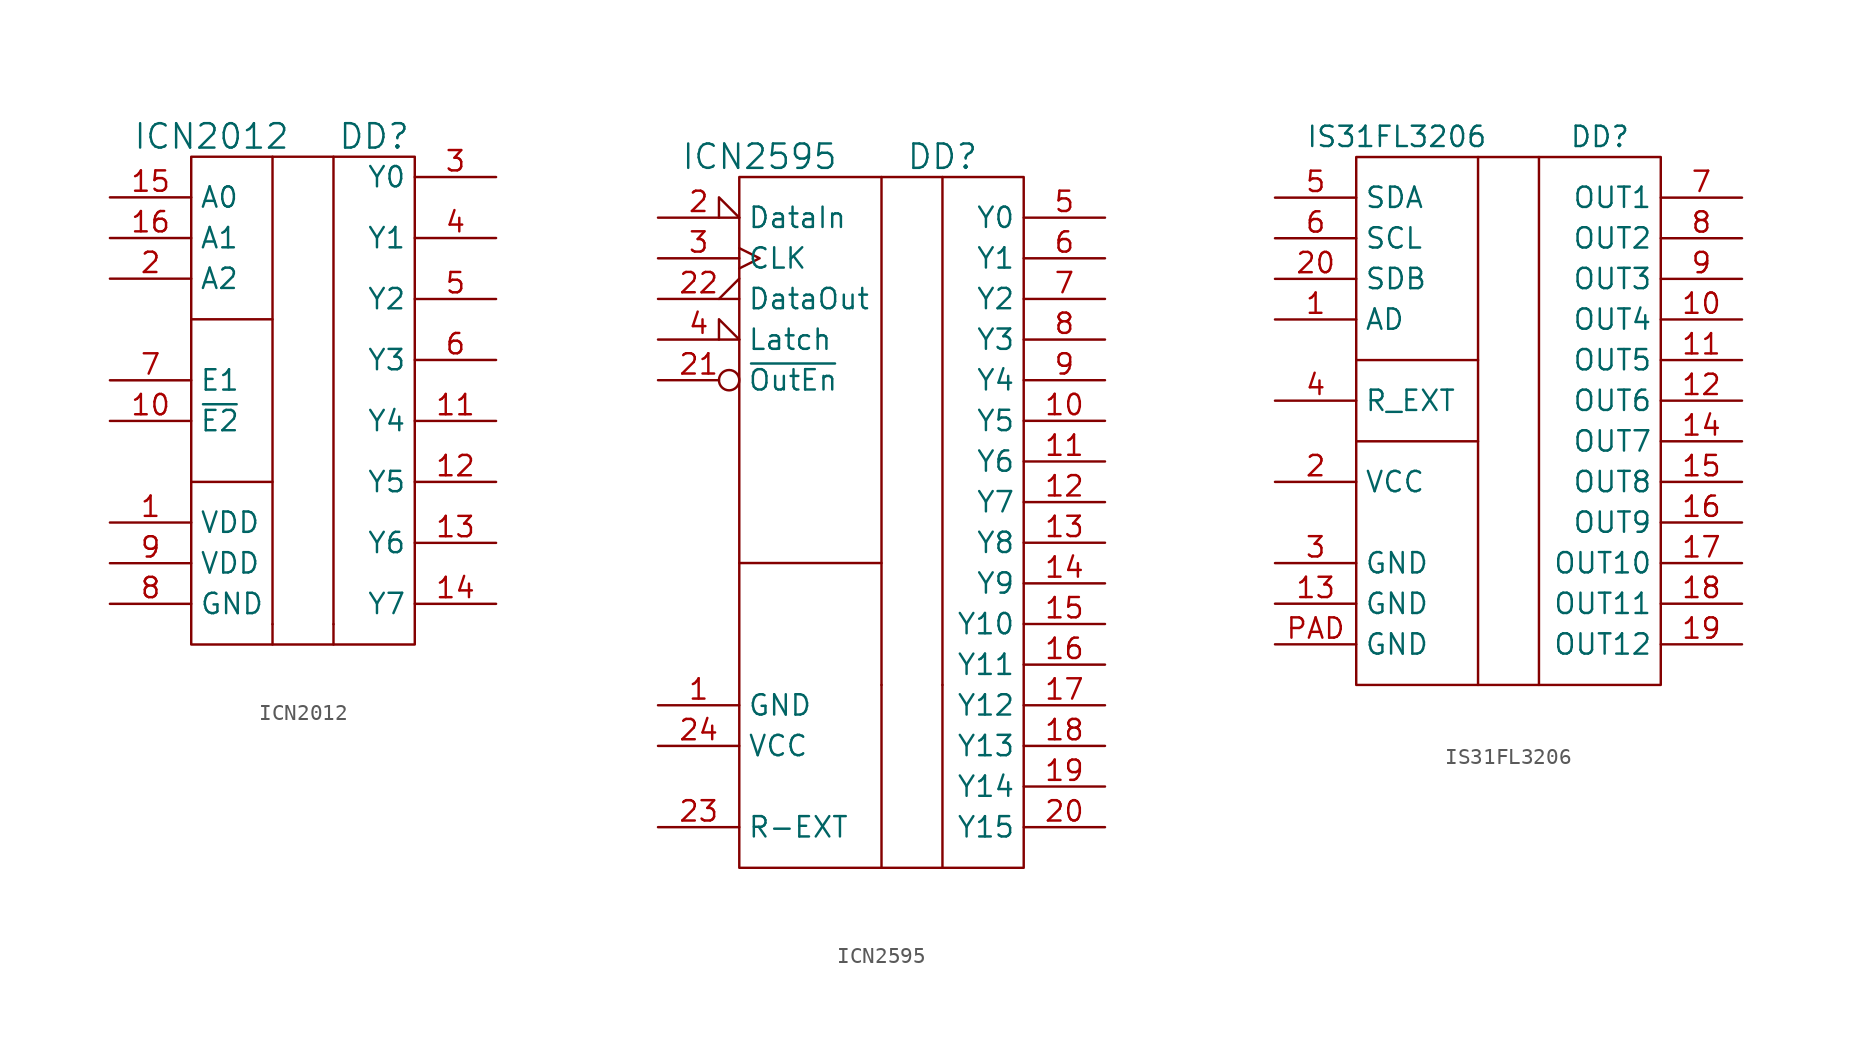
<source format=kicad_sym>
(kicad_symbol_lib
  (version 20231120)
  (generator "kicad_symbol_editor")
  (generator_version "8.0")
  (symbol "ICN2012"
    (property "Reference" "DD"
      (at 5.08 16.51 0)
      (effects (font (size 1.524 1.524))))
    (property "Value" "ICN2012"
      (at -5.08 16.51 0)
      (effects (font (size 1.524 1.524))))
    (property "Datasheet" ""
      (at 0 0 0)
      (effects (font (size 1.524 1.524))))
    (symbol "ICN2012_0_1"
      (rectangle (start -6.35 15.24) (end 7.62 -15.24) (stroke (width 0) (type default)) (fill (type none)))
      (polyline (pts (xy -1.27 -13.97) (xy -1.27 -15.24)) (stroke (width 0) (type default)) (fill (type none)))
      (polyline (pts (xy 2.54 -13.97) (xy 2.54 -15.24)) (stroke (width 0) (type default)) (fill (type none)))
      (polyline (pts (xy -6.35 -5.08) (xy -1.27 -5.08) (xy -1.27 -5.08)) (stroke (width 0) (type default)) (fill (type none)))
      (polyline (pts (xy -6.35 5.08) (xy -1.27 5.08) (xy -1.27 5.08)) (stroke (width 0) (type default)) (fill (type none)))
      (polyline (pts (xy -1.27 15.24) (xy -1.27 -13.97) (xy -1.27 -13.97)) (stroke (width 0) (type default)) (fill (type none)))
      (polyline (pts (xy 2.54 15.24) (xy 2.54 -13.97) (xy 2.54 -13.97)) (stroke (width 0) (type default)) (fill (type none))))
    (symbol "ICN2012_1_1"
      (pin power_in line (at -11.43 -7.62 0) (length 5.08) (name "VDD" (effects (font (size 1.27 1.27)))) (number "1" (effects (font (size 1.27 1.27)))))
      (pin passive line (at -11.43 -1.27 0) (length 5.08) (name "~{E2}" (effects (font (size 1.27 1.27)))) (number "10" (effects (font (size 1.27 1.27)))))
      (pin passive line (at 12.7 -1.27 180) (length 5.08) (name "Y4" (effects (font (size 1.27 1.27)))) (number "11" (effects (font (size 1.27 1.27)))))
      (pin passive line (at 12.7 -5.08 180) (length 5.08) (name "Y5" (effects (font (size 1.27 1.27)))) (number "12" (effects (font (size 1.27 1.27)))))
      (pin passive line (at 12.7 -8.89 180) (length 5.08) (name "Y6" (effects (font (size 1.27 1.27)))) (number "13" (effects (font (size 1.27 1.27)))))
      (pin passive line (at 12.7 -12.7 180) (length 5.08) (name "Y7" (effects (font (size 1.27 1.27)))) (number "14" (effects (font (size 1.27 1.27)))))
      (pin passive line (at -11.43 12.7 0) (length 5.08) (name "A0" (effects (font (size 1.27 1.27)))) (number "15" (effects (font (size 1.27 1.27)))))
      (pin passive line (at -11.43 10.16 0) (length 5.08) (name "A1" (effects (font (size 1.27 1.27)))) (number "16" (effects (font (size 1.27 1.27)))))
      (pin passive line (at -11.43 7.62 0) (length 5.08) (name "A2" (effects (font (size 1.27 1.27)))) (number "2" (effects (font (size 1.27 1.27)))))
      (pin passive line (at 12.7 13.97 180) (length 5.08) (name "Y0" (effects (font (size 1.27 1.27)))) (number "3" (effects (font (size 1.27 1.27)))))
      (pin passive line (at 12.7 10.16 180) (length 5.08) (name "Y1" (effects (font (size 1.27 1.27)))) (number "4" (effects (font (size 1.27 1.27)))))
      (pin passive line (at 12.7 6.35 180) (length 5.08) (name "Y2" (effects (font (size 1.27 1.27)))) (number "5" (effects (font (size 1.27 1.27)))))
      (pin passive line (at 12.7 2.54 180) (length 5.08) (name "Y3" (effects (font (size 1.27 1.27)))) (number "6" (effects (font (size 1.27 1.27)))))
      (pin passive line (at -11.43 1.27 0) (length 5.08) (name "E1" (effects (font (size 1.27 1.27)))) (number "7" (effects (font (size 1.27 1.27)))))
      (pin power_in line (at -11.43 -12.7 0) (length 5.08) (name "GND" (effects (font (size 1.27 1.27)))) (number "8" (effects (font (size 1.27 1.27)))))
      (pin power_in line (at -11.43 -10.16 0) (length 5.08) (name "VDD" (effects (font (size 1.27 1.27)))) (number "9" (effects (font (size 1.27 1.27)))))))
  (symbol "ICN2595"
    (property "Reference" "DD"
      (at 3.81 21.59 0)
      (effects (font (size 1.524 1.524))))
    (property "Value" "ICN2595"
      (at -7.62 21.59 0)
      (effects (font (size 1.524 1.524))))
    (symbol "ICN2595_0_1"
      (rectangle (start -8.89 20.32) (end 8.89 -22.86) (stroke (width 0) (type default)) (fill (type none)))
      (polyline (pts (xy 0 -11.43) (xy 0 -22.86)) (stroke (width 0) (type default)) (fill (type none)))
      (polyline (pts (xy 3.81 -11.43) (xy 3.81 -22.86)) (stroke (width 0) (type default)) (fill (type none)))
      (polyline (pts (xy -8.89 -3.81) (xy 0 -3.81) (xy 0 -3.81)) (stroke (width 0) (type default)) (fill (type none)))
      (polyline (pts (xy 0 20.32) (xy 0 -11.43) (xy 0 -11.43)) (stroke (width 0) (type default)) (fill (type none)))
      (polyline (pts (xy 3.81 20.32) (xy 3.81 -11.43) (xy 3.81 -11.43)) (stroke (width 0) (type default)) (fill (type none))))
    (symbol "ICN2595_1_1"
      (pin power_in line (at -13.97 -12.7 0) (length 5.08) (name "GND" (effects (font (size 1.27 1.27)))) (number "1" (effects (font (size 1.27 1.27)))))
      (pin passive line (at 13.97 5.08 180) (length 5.08) (name "Y5" (effects (font (size 1.27 1.27)))) (number "10" (effects (font (size 1.27 1.27)))))
      (pin passive line (at 13.97 2.54 180) (length 5.08) (name "Y6" (effects (font (size 1.27 1.27)))) (number "11" (effects (font (size 1.27 1.27)))))
      (pin passive line (at 13.97 0 180) (length 5.08) (name "Y7" (effects (font (size 1.27 1.27)))) (number "12" (effects (font (size 1.27 1.27)))))
      (pin passive line (at 13.97 -2.54 180) (length 5.08) (name "Y8" (effects (font (size 1.27 1.27)))) (number "13" (effects (font (size 1.27 1.27)))))
      (pin passive line (at 13.97 -5.08 180) (length 5.08) (name "Y9" (effects (font (size 1.27 1.27)))) (number "14" (effects (font (size 1.27 1.27)))))
      (pin passive line (at 13.97 -7.62 180) (length 5.08) (name "Y10" (effects (font (size 1.27 1.27)))) (number "15" (effects (font (size 1.27 1.27)))))
      (pin passive line (at 13.97 -10.16 180) (length 5.08) (name "Y11" (effects (font (size 1.27 1.27)))) (number "16" (effects (font (size 1.27 1.27)))))
      (pin passive line (at 13.97 -12.7 180) (length 5.08) (name "Y12" (effects (font (size 1.27 1.27)))) (number "17" (effects (font (size 1.27 1.27)))))
      (pin passive line (at 13.97 -15.24 180) (length 5.08) (name "Y13" (effects (font (size 1.27 1.27)))) (number "18" (effects (font (size 1.27 1.27)))))
      (pin passive line (at 13.97 -17.78 180) (length 5.08) (name "Y14" (effects (font (size 1.27 1.27)))) (number "19" (effects (font (size 1.27 1.27)))))
      (pin passive input_low (at -13.97 17.78 0) (length 5.08) (name "DataIn" (effects (font (size 1.27 1.27)))) (number "2" (effects (font (size 1.27 1.27)))))
      (pin passive line (at 13.97 -20.32 180) (length 5.08) (name "Y15" (effects (font (size 1.27 1.27)))) (number "20" (effects (font (size 1.27 1.27)))))
      (pin passive inverted (at -13.97 7.62 0) (length 5.08) (name "~{OutEn}" (effects (font (size 1.27 1.27)))) (number "21" (effects (font (size 1.27 1.27)))))
      (pin passive output_low (at -13.97 12.7 0) (length 5.08) (name "DataOut" (effects (font (size 1.27 1.27)))) (number "22" (effects (font (size 1.27 1.27)))))
      (pin passive line (at -13.97 -20.32 0) (length 5.08) (name "R-EXT" (effects (font (size 1.27 1.27)))) (number "23" (effects (font (size 1.27 1.27)))))
      (pin power_in line (at -13.97 -15.24 0) (length 5.08) (name "VCC" (effects (font (size 1.27 1.27)))) (number "24" (effects (font (size 1.27 1.27)))))
      (pin passive clock (at -13.97 15.24 0) (length 5.08) (name "CLK" (effects (font (size 1.27 1.27)))) (number "3" (effects (font (size 1.27 1.27)))))
      (pin passive input_low (at -13.97 10.16 0) (length 5.08) (name "Latch" (effects (font (size 1.27 1.27)))) (number "4" (effects (font (size 1.27 1.27)))))
      (pin passive line (at 13.97 17.78 180) (length 5.08) (name "Y0" (effects (font (size 1.27 1.27)))) (number "5" (effects (font (size 1.27 1.27)))))
      (pin passive line (at 13.97 15.24 180) (length 5.08) (name "Y1" (effects (font (size 1.27 1.27)))) (number "6" (effects (font (size 1.27 1.27)))))
      (pin passive line (at 13.97 12.7 180) (length 5.08) (name "Y2" (effects (font (size 1.27 1.27)))) (number "7" (effects (font (size 1.27 1.27)))))
      (pin passive line (at 13.97 10.16 180) (length 5.08) (name "Y3" (effects (font (size 1.27 1.27)))) (number "8" (effects (font (size 1.27 1.27)))))
      (pin passive line (at 13.97 7.62 180) (length 5.08) (name "Y4" (effects (font (size 1.27 1.27)))) (number "9" (effects (font (size 1.27 1.27)))))))
  (symbol "IS31FL3206"
    (property "Reference" "DD"
      (at 6.35 17.78 0)
      (effects (font (size 1.27 1.27))))
    (property "Value" "IS31FL3206"
      (at -6.35 17.78 0)
      (effects (font (size 1.27 1.27))))
    (symbol "IS31FL3206_0_1"
      (rectangle (start -8.89 16.51) (end 10.16 -16.51) (stroke (width 0) (type default)) (fill (type none)))
      (polyline (pts (xy -8.89 -1.27) (xy -1.27 -1.27)) (stroke (width 0) (type default)) (fill (type none)))
      (polyline (pts (xy -8.89 3.81) (xy -1.27 3.81)) (stroke (width 0) (type default)) (fill (type none)))
      (polyline (pts (xy -1.27 16.51) (xy -1.27 -16.51)) (stroke (width 0) (type default)) (fill (type none)))
      (polyline (pts (xy 2.54 -16.51) (xy 2.54 16.51)) (stroke (width 0) (type default)) (fill (type none))))
    (symbol "IS31FL3206_1_1"
      (pin passive line (at -13.97 6.35 0) (length 5.08) (name "AD" (effects (font (size 1.27 1.27)))) (number "1" (effects (font (size 1.27 1.27)))))
      (pin passive line (at 15.24 6.35 180) (length 5.08) (name "OUT4" (effects (font (size 1.27 1.27)))) (number "10" (effects (font (size 1.27 1.27)))))
      (pin passive line (at 15.24 3.81 180) (length 5.08) (name "OUT5" (effects (font (size 1.27 1.27)))) (number "11" (effects (font (size 1.27 1.27)))))
      (pin passive line (at 15.24 1.27 180) (length 5.08) (name "OUT6" (effects (font (size 1.27 1.27)))) (number "12" (effects (font (size 1.27 1.27)))))
      (pin power_in line (at -13.97 -11.43 0) (length 5.08) (name "GND" (effects (font (size 1.27 1.27)))) (number "13" (effects (font (size 1.27 1.27)))))
      (pin passive line (at 15.24 -1.27 180) (length 5.08) (name "OUT7" (effects (font (size 1.27 1.27)))) (number "14" (effects (font (size 1.27 1.27)))))
      (pin passive line (at 15.24 -3.81 180) (length 5.08) (name "OUT8" (effects (font (size 1.27 1.27)))) (number "15" (effects (font (size 1.27 1.27)))))
      (pin passive line (at 15.24 -6.35 180) (length 5.08) (name "OUT9" (effects (font (size 1.27 1.27)))) (number "16" (effects (font (size 1.27 1.27)))))
      (pin passive line (at 15.24 -8.89 180) (length 5.08) (name "OUT10" (effects (font (size 1.27 1.27)))) (number "17" (effects (font (size 1.27 1.27)))))
      (pin passive line (at 15.24 -11.43 180) (length 5.08) (name "OUT11" (effects (font (size 1.27 1.27)))) (number "18" (effects (font (size 1.27 1.27)))))
      (pin passive line (at 15.24 -13.97 180) (length 5.08) (name "OUT12" (effects (font (size 1.27 1.27)))) (number "19" (effects (font (size 1.27 1.27)))))
      (pin power_in line (at -13.97 -3.81 0) (length 5.08) (name "VCC" (effects (font (size 1.27 1.27)))) (number "2" (effects (font (size 1.27 1.27)))))
      (pin passive line (at -13.97 8.89 0) (length 5.08) (name "SDB" (effects (font (size 1.27 1.27)))) (number "20" (effects (font (size 1.27 1.27)))))
      (pin power_in line (at -13.97 -8.89 0) (length 5.08) (name "GND" (effects (font (size 1.27 1.27)))) (number "3" (effects (font (size 1.27 1.27)))))
      (pin passive line (at -13.97 1.27 0) (length 5.08) (name "R_EXT" (effects (font (size 1.27 1.27)))) (number "4" (effects (font (size 1.27 1.27)))))
      (pin passive line (at -13.97 13.97 0) (length 5.08) (name "SDA" (effects (font (size 1.27 1.27)))) (number "5" (effects (font (size 1.27 1.27)))))
      (pin passive line (at -13.97 11.43 0) (length 5.08) (name "SCL" (effects (font (size 1.27 1.27)))) (number "6" (effects (font (size 1.27 1.27)))))
      (pin passive line (at 15.24 13.97 180) (length 5.08) (name "OUT1" (effects (font (size 1.27 1.27)))) (number "7" (effects (font (size 1.27 1.27)))))
      (pin passive line (at 15.24 11.43 180) (length 5.08) (name "OUT2" (effects (font (size 1.27 1.27)))) (number "8" (effects (font (size 1.27 1.27)))))
      (pin passive line (at 15.24 8.89 180) (length 5.08) (name "OUT3" (effects (font (size 1.27 1.27)))) (number "9" (effects (font (size 1.27 1.27)))))
      (pin power_in line (at -13.97 -13.97 0) (length 5.08) (name "GND" (effects (font (size 1.27 1.27)))) (number "PAD" (effects (font (size 1.27 1.27))))))))
</source>
